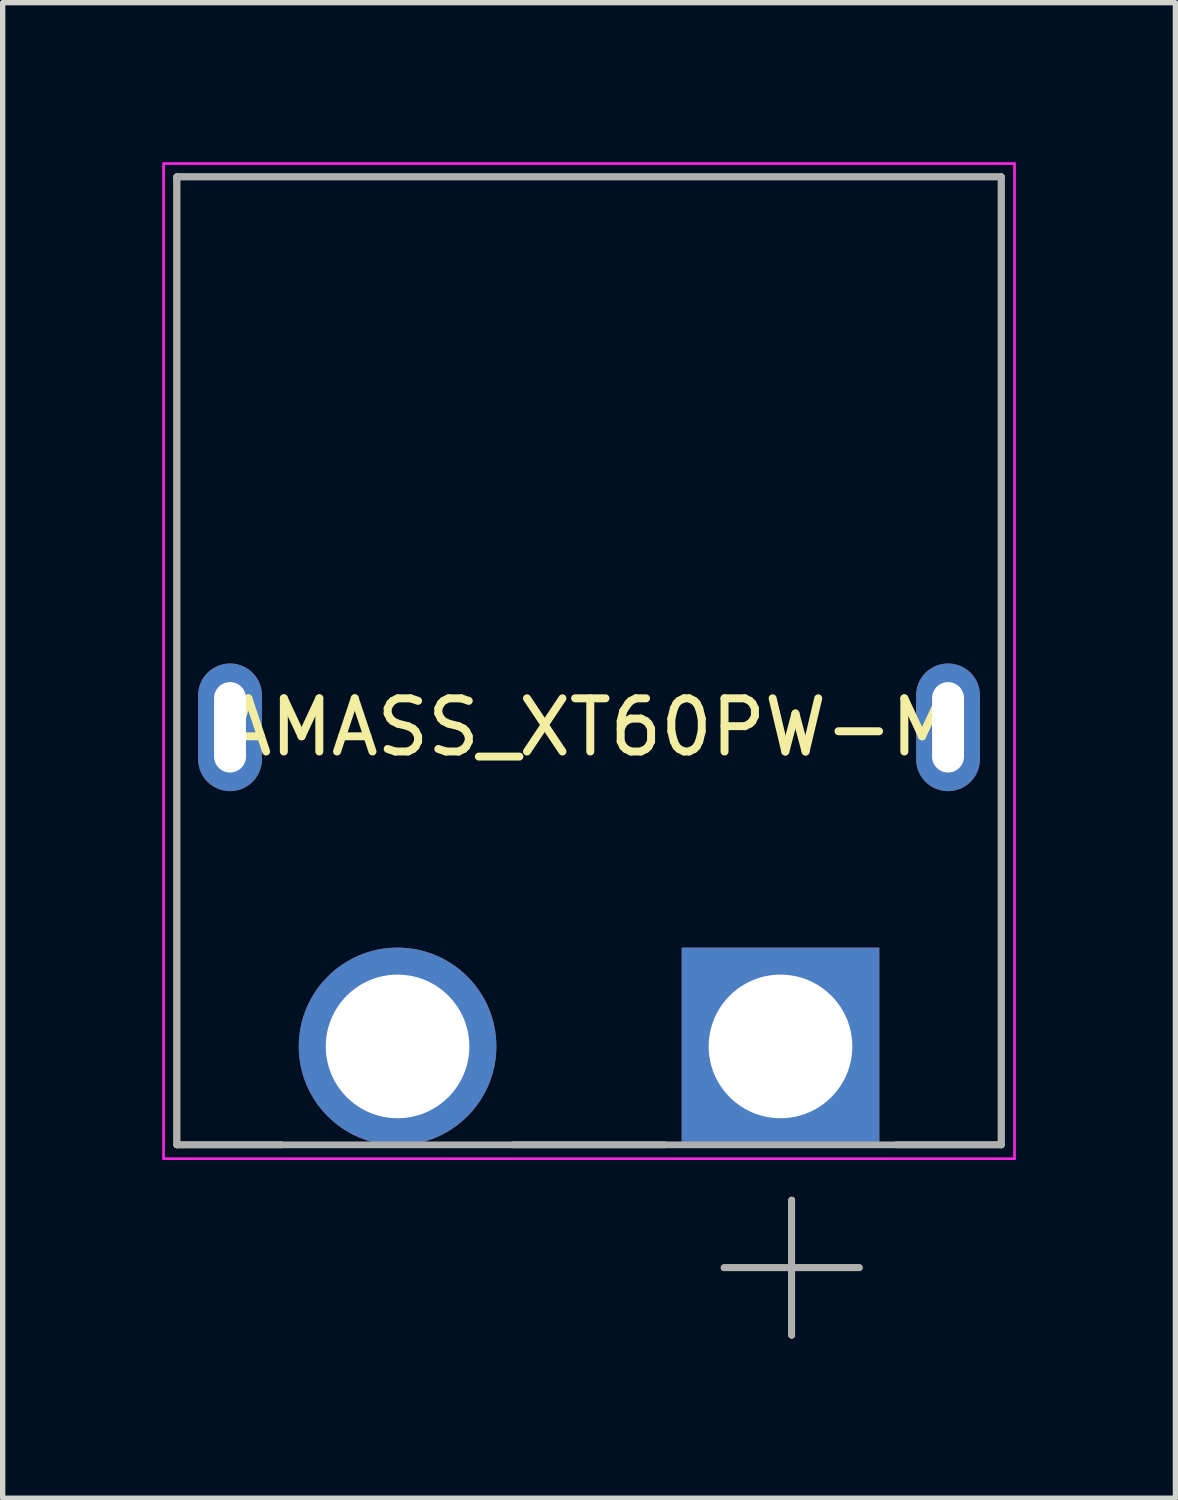
<source format=kicad_pcb>
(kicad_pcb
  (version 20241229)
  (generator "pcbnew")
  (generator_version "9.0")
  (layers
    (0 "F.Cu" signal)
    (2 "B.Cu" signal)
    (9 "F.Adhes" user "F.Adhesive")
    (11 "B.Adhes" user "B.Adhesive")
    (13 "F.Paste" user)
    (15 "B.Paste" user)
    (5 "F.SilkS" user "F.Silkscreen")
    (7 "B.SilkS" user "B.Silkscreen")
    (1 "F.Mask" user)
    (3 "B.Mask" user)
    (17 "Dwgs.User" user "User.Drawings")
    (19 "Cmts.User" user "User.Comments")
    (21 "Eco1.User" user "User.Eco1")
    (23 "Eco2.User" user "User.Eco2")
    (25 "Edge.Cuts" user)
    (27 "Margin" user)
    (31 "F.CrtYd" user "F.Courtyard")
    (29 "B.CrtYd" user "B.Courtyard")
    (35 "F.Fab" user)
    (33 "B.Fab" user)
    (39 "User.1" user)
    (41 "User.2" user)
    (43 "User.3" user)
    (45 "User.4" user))
  (footprint "AMASS_XT60PW-M"
    (layer "F.Cu")
    (at 8.025 10.625)
    (property "Reference" "AMASS_XT60PW-M" (at 0 0 0) (layer "F.SilkS") (effects (font (size 1 1) (thickness 0.15))))
    (attr through_hole)
    (fp_line (start -7.75 -10.35) (end -7.75 7.85) (stroke (width 0.127) (type solid)) (layer "F.SilkS"))
    (fp_line (start -7.75 7.85) (end -5.778 7.85) (stroke (width 0.127) (type solid)) (layer "F.SilkS"))
    (fp_line (start -1.422 7.85) (end 1.422 7.85) (stroke (width 0.127) (type solid)) (layer "F.SilkS"))
    (fp_line (start 2.54 10.16) (end 3.81 10.16) (stroke (width 0.127) (type solid)) (layer "F.SilkS"))
    (fp_line (start 3.81 10.16) (end 3.81 8.89) (stroke (width 0.127) (type solid)) (layer "F.SilkS"))
    (fp_line (start 3.81 10.16) (end 3.81 11.43) (stroke (width 0.127) (type solid)) (layer "F.SilkS"))
    (fp_line (start 5.08 10.16) (end 3.81 10.16) (stroke (width 0.127) (type solid)) (layer "F.SilkS"))
    (fp_line (start 7.75 -10.35) (end -7.75 -10.35) (stroke (width 0.127) (type solid)) (layer "F.SilkS"))
    (fp_line (start 7.75 7.85) (end 5.778 7.85) (stroke (width 0.127) (type solid)) (layer "F.SilkS"))
    (fp_line (start 7.75 7.85) (end 7.75 -10.35) (stroke (width 0.127) (type solid)) (layer "F.SilkS"))
    (fp_line (start -8 -10.6) (end -8 8.11) (stroke (width 0.05) (type solid)) (layer "F.CrtYd"))
    (fp_line (start -8 8.11) (end 8 8.11) (stroke (width 0.05) (type solid)) (layer "F.CrtYd"))
    (fp_line (start 8 -10.6) (end -8 -10.6) (stroke (width 0.05) (type solid)) (layer "F.CrtYd"))
    (fp_line (start 8 8.11) (end 8 -10.6) (stroke (width 0.05) (type solid)) (layer "F.CrtYd"))
    (fp_line (start -7.75 -10.35) (end -7.75 7.85) (stroke (width 0.127) (type solid)) (layer "F.Fab"))
    (fp_line (start -7.75 7.85) (end 7.75 7.85) (stroke (width 0.127) (type solid)) (layer "F.Fab"))
    (fp_line (start 2.54 10.16) (end 3.81 10.16) (stroke (width 0.127) (type solid)) (layer "F.Fab"))
    (fp_line (start 3.81 10.16) (end 3.81 8.89) (stroke (width 0.127) (type solid)) (layer "F.Fab"))
    (fp_line (start 3.81 10.16) (end 3.81 11.43) (stroke (width 0.127) (type solid)) (layer "F.Fab"))
    (fp_line (start 5.08 10.16) (end 3.81 10.16) (stroke (width 0.127) (type solid)) (layer "F.Fab"))
    (fp_line (start 7.75 -10.35) (end -7.75 -10.35) (stroke (width 0.127) (type solid)) (layer "F.Fab"))
    (fp_line (start 7.75 7.85) (end 7.75 -10.35) (stroke (width 0.127) (type solid)) (layer "F.Fab"))
    (pad "1" thru_hole rect (at 3.6 6) (size 3.716 3.716) (drill 2.7) (layers "*.Cu" "*.Mask"))
    (pad "2" thru_hole circle (at -3.6 6) (size 3.716 3.716) (drill 2.7) (layers "*.Cu" "*.Mask"))
    (pad "S1" thru_hole oval (at 6.75 0) (size 1.2 2.4) (drill oval 0.6 1.7) (layers "*.Cu" "*.Mask"))
    (pad "S2" thru_hole oval (at -6.75 0) (size 1.2 2.4) (drill oval 0.6 1.7) (layers "*.Cu" "*.Mask")))
  (gr_rect
    (start -3 -3)
    (end 19.05 25.119)
    (stroke (width 0.1) (type default))
    (fill no)
    (layer "Edge.Cuts")))
</source>
